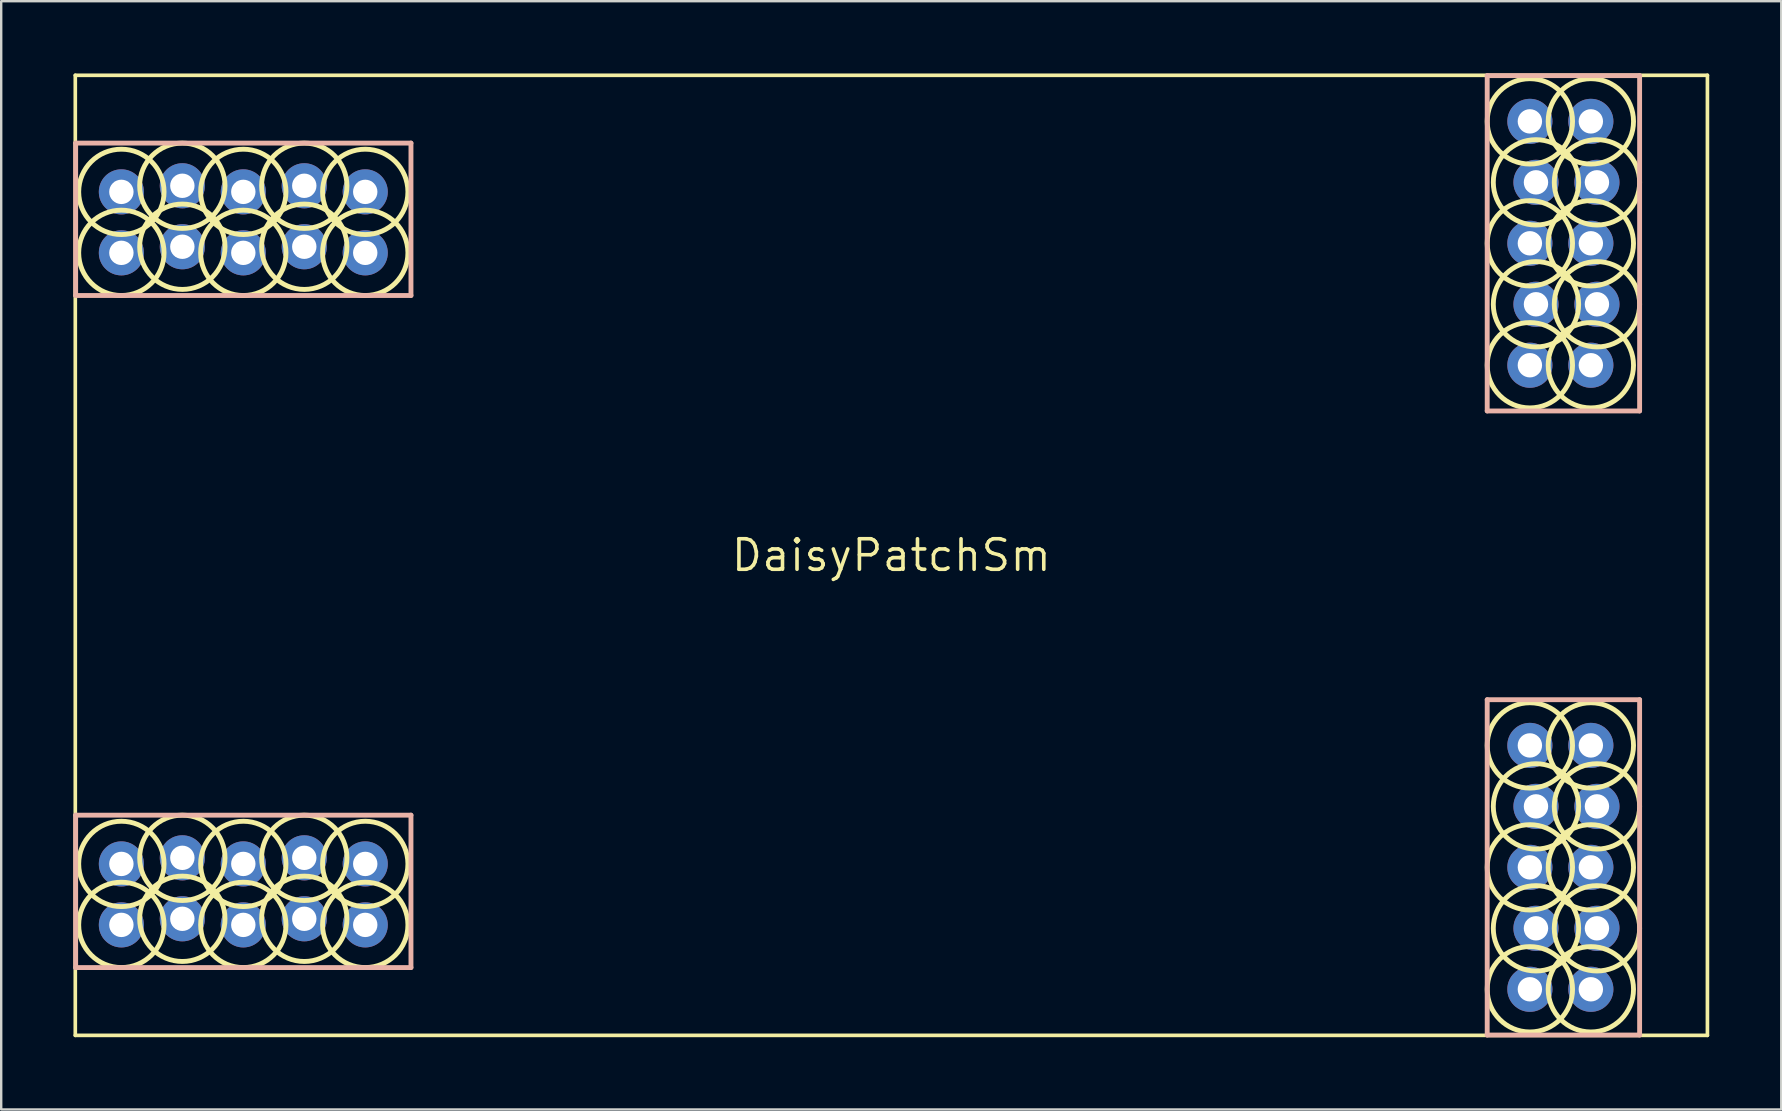
<source format=kicad_pcb>
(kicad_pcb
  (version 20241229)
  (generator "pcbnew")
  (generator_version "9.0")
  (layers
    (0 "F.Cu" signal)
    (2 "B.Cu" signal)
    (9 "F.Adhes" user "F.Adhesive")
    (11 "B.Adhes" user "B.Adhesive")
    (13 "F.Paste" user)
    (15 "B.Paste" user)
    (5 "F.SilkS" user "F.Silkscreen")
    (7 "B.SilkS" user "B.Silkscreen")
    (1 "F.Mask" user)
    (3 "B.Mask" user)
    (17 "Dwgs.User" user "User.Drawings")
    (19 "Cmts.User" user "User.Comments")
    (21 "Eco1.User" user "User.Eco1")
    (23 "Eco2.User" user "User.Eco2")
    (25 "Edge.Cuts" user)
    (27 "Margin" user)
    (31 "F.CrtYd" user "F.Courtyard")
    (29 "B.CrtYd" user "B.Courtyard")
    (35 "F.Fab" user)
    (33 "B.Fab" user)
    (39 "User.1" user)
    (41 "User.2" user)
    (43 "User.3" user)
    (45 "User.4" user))
  (footprint "DaisyPatchSm"
    (layer "F.Cu")
    (at 34.087 20.087)
    (property "Reference" "DaisyPatchSm" (at 0 0 0) (layer "F.SilkS") (effects (font (size 1.27 1.27) (thickness 0.15))))
    (attr through_hole)
    (fp_line (start -34 -20) (end 34 -20) (stroke (width 0.152) (type solid)) (layer "F.SilkS"))
    (fp_line (start -34 20) (end -34 -20) (stroke (width 0.152) (type solid)) (layer "F.SilkS"))
    (fp_line (start -34 20) (end 34 20) (stroke (width 0.152) (type solid)) (layer "F.SilkS"))
    (fp_line (start 34 20) (end 34 -20) (stroke (width 0.152) (type solid)) (layer "F.SilkS"))
    (fp_circle (center -32.08 -15.143) (end -30.302 -15.143) (stroke (width 0.203) (type solid)) (fill no) (layer "F.SilkS"))
    (fp_circle (center -32.08 -12.603) (end -30.302 -12.603) (stroke (width 0.203) (type solid)) (fill no) (layer "F.SilkS"))
    (fp_circle (center -32.08 12.857) (end -30.302 12.857) (stroke (width 0.203) (type solid)) (fill no) (layer "F.SilkS"))
    (fp_circle (center -32.08 15.397) (end -30.302 15.397) (stroke (width 0.203) (type solid)) (fill no) (layer "F.SilkS"))
    (fp_circle (center -29.54 -15.397) (end -27.762 -15.397) (stroke (width 0.203) (type solid)) (fill no) (layer "F.SilkS"))
    (fp_circle (center -29.54 -12.857) (end -27.762 -12.857) (stroke (width 0.203) (type solid)) (fill no) (layer "F.SilkS"))
    (fp_circle (center -29.54 12.603) (end -27.762 12.603) (stroke (width 0.203) (type solid)) (fill no) (layer "F.SilkS"))
    (fp_circle (center -29.54 15.143) (end -27.762 15.143) (stroke (width 0.203) (type solid)) (fill no) (layer "F.SilkS"))
    (fp_circle (center -27 -15.143) (end -25.222 -15.143) (stroke (width 0.203) (type solid)) (fill no) (layer "F.SilkS"))
    (fp_circle (center -27 -12.603) (end -25.222 -12.603) (stroke (width 0.203) (type solid)) (fill no) (layer "F.SilkS"))
    (fp_circle (center -27 12.857) (end -25.222 12.857) (stroke (width 0.203) (type solid)) (fill no) (layer "F.SilkS"))
    (fp_circle (center -27 15.397) (end -25.222 15.397) (stroke (width 0.203) (type solid)) (fill no) (layer "F.SilkS"))
    (fp_circle (center -24.46 -15.397) (end -22.682 -15.397) (stroke (width 0.203) (type solid)) (fill no) (layer "F.SilkS"))
    (fp_circle (center -24.46 -12.857) (end -22.682 -12.857) (stroke (width 0.203) (type solid)) (fill no) (layer "F.SilkS"))
    (fp_circle (center -24.46 12.603) (end -22.682 12.603) (stroke (width 0.203) (type solid)) (fill no) (layer "F.SilkS"))
    (fp_circle (center -24.46 15.143) (end -22.682 15.143) (stroke (width 0.203) (type solid)) (fill no) (layer "F.SilkS"))
    (fp_circle (center -21.92 -15.143) (end -20.142 -15.143) (stroke (width 0.203) (type solid)) (fill no) (layer "F.SilkS"))
    (fp_circle (center -21.92 -12.603) (end -20.142 -12.603) (stroke (width 0.203) (type solid)) (fill no) (layer "F.SilkS"))
    (fp_circle (center -21.92 12.857) (end -20.142 12.857) (stroke (width 0.203) (type solid)) (fill no) (layer "F.SilkS"))
    (fp_circle (center -21.92 15.397) (end -20.142 15.397) (stroke (width 0.203) (type solid)) (fill no) (layer "F.SilkS"))
    (fp_circle (center 26.603 -18.08) (end 28.381 -18.08) (stroke (width 0.203) (type solid)) (fill no) (layer "F.SilkS"))
    (fp_circle (center 26.603 -13) (end 28.381 -13) (stroke (width 0.203) (type solid)) (fill no) (layer "F.SilkS"))
    (fp_circle (center 26.603 -7.92) (end 28.381 -7.92) (stroke (width 0.203) (type solid)) (fill no) (layer "F.SilkS"))
    (fp_circle (center 26.603 7.92) (end 28.381 7.92) (stroke (width 0.203) (type solid)) (fill no) (layer "F.SilkS"))
    (fp_circle (center 26.603 13) (end 28.381 13) (stroke (width 0.203) (type solid)) (fill no) (layer "F.SilkS"))
    (fp_circle (center 26.603 18.08) (end 28.381 18.08) (stroke (width 0.203) (type solid)) (fill no) (layer "F.SilkS"))
    (fp_circle (center 26.857 -15.54) (end 28.635 -15.54) (stroke (width 0.203) (type solid)) (fill no) (layer "F.SilkS"))
    (fp_circle (center 26.857 -10.46) (end 28.635 -10.46) (stroke (width 0.203) (type solid)) (fill no) (layer "F.SilkS"))
    (fp_circle (center 26.857 10.46) (end 28.635 10.46) (stroke (width 0.203) (type solid)) (fill no) (layer "F.SilkS"))
    (fp_circle (center 26.857 15.54) (end 28.635 15.54) (stroke (width 0.203) (type solid)) (fill no) (layer "F.SilkS"))
    (fp_circle (center 29.143 -18.08) (end 30.921 -18.08) (stroke (width 0.203) (type solid)) (fill no) (layer "F.SilkS"))
    (fp_circle (center 29.143 -13) (end 30.921 -13) (stroke (width 0.203) (type solid)) (fill no) (layer "F.SilkS"))
    (fp_circle (center 29.143 -7.92) (end 30.921 -7.92) (stroke (width 0.203) (type solid)) (fill no) (layer "F.SilkS"))
    (fp_circle (center 29.143 7.92) (end 30.921 7.92) (stroke (width 0.203) (type solid)) (fill no) (layer "F.SilkS"))
    (fp_circle (center 29.143 13) (end 30.921 13) (stroke (width 0.203) (type solid)) (fill no) (layer "F.SilkS"))
    (fp_circle (center 29.143 18.08) (end 30.921 18.08) (stroke (width 0.203) (type solid)) (fill no) (layer "F.SilkS"))
    (fp_circle (center 29.397 -15.54) (end 31.175 -15.54) (stroke (width 0.203) (type solid)) (fill no) (layer "F.SilkS"))
    (fp_circle (center 29.397 -10.46) (end 31.175 -10.46) (stroke (width 0.203) (type solid)) (fill no) (layer "F.SilkS"))
    (fp_circle (center 29.397 10.46) (end 31.175 10.46) (stroke (width 0.203) (type solid)) (fill no) (layer "F.SilkS"))
    (fp_circle (center 29.397 15.54) (end 31.175 15.54) (stroke (width 0.203) (type solid)) (fill no) (layer "F.SilkS"))
    (fp_line (start -33.985 -17.175) (end -20.015 -17.175) (stroke (width 0.203) (type solid)) (layer "B.SilkS"))
    (fp_line (start -33.985 -10.825) (end -33.985 -17.175) (stroke (width 0.203) (type solid)) (layer "B.SilkS"))
    (fp_line (start -33.985 10.825) (end -20.015 10.825) (stroke (width 0.203) (type solid)) (layer "B.SilkS"))
    (fp_line (start -33.985 17.175) (end -33.985 10.825) (stroke (width 0.203) (type solid)) (layer "B.SilkS"))
    (fp_line (start -20.015 -17.175) (end -20.015 -10.825) (stroke (width 0.203) (type solid)) (layer "B.SilkS"))
    (fp_line (start -20.015 -10.825) (end -33.985 -10.825) (stroke (width 0.203) (type solid)) (layer "B.SilkS"))
    (fp_line (start -20.015 10.825) (end -20.015 17.175) (stroke (width 0.203) (type solid)) (layer "B.SilkS"))
    (fp_line (start -20.015 17.175) (end -33.985 17.175) (stroke (width 0.203) (type solid)) (layer "B.SilkS"))
    (fp_line (start 24.825 -19.985) (end 31.175 -19.985) (stroke (width 0.203) (type solid)) (layer "B.SilkS"))
    (fp_line (start 24.825 -6.015) (end 24.825 -19.985) (stroke (width 0.203) (type solid)) (layer "B.SilkS"))
    (fp_line (start 24.825 6.015) (end 31.175 6.015) (stroke (width 0.203) (type solid)) (layer "B.SilkS"))
    (fp_line (start 24.825 19.985) (end 24.825 6.015) (stroke (width 0.203) (type solid)) (layer "B.SilkS"))
    (fp_line (start 31.175 -19.985) (end 31.175 -6.015) (stroke (width 0.203) (type solid)) (layer "B.SilkS"))
    (fp_line (start 31.175 -6.015) (end 24.825 -6.015) (stroke (width 0.203) (type solid)) (layer "B.SilkS"))
    (fp_line (start 31.175 6.015) (end 31.175 19.985) (stroke (width 0.203) (type solid)) (layer "B.SilkS"))
    (fp_line (start 31.175 19.985) (end 24.825 19.985) (stroke (width 0.203) (type solid)) (layer "B.SilkS"))
    (fp_poly (pts (xy -31.826 -15.016) (xy -31.826 -15.524) (xy -32.334 -15.524) (xy -32.334 -15.016)) (stroke (width 0.1) (type solid)) (fill no) (layer "F.Fab"))
    (fp_poly (pts (xy -31.826 -12.476) (xy -31.826 -12.984) (xy -32.334 -12.984) (xy -32.334 -12.476)) (stroke (width 0.1) (type solid)) (fill no) (layer "F.Fab"))
    (fp_poly (pts (xy -31.826 12.984) (xy -31.826 12.476) (xy -32.334 12.476) (xy -32.334 12.984)) (stroke (width 0.1) (type solid)) (fill no) (layer "F.Fab"))
    (fp_poly (pts (xy -31.826 15.524) (xy -31.826 15.016) (xy -32.334 15.016) (xy -32.334 15.524)) (stroke (width 0.1) (type solid)) (fill no) (layer "F.Fab"))
    (fp_poly (pts (xy -29.286 -15.016) (xy -29.286 -15.524) (xy -29.794 -15.524) (xy -29.794 -15.016)) (stroke (width 0.1) (type solid)) (fill no) (layer "F.Fab"))
    (fp_poly (pts (xy -29.286 -12.476) (xy -29.286 -12.984) (xy -29.794 -12.984) (xy -29.794 -12.476)) (stroke (width 0.1) (type solid)) (fill no) (layer "F.Fab"))
    (fp_poly (pts (xy -29.286 12.984) (xy -29.286 12.476) (xy -29.794 12.476) (xy -29.794 12.984)) (stroke (width 0.1) (type solid)) (fill no) (layer "F.Fab"))
    (fp_poly (pts (xy -29.286 15.524) (xy -29.286 15.016) (xy -29.794 15.016) (xy -29.794 15.524)) (stroke (width 0.1) (type solid)) (fill no) (layer "F.Fab"))
    (fp_poly (pts (xy -26.746 -15.016) (xy -26.746 -15.524) (xy -27.254 -15.524) (xy -27.254 -15.016)) (stroke (width 0.1) (type solid)) (fill no) (layer "F.Fab"))
    (fp_poly (pts (xy -26.746 -12.476) (xy -26.746 -12.984) (xy -27.254 -12.984) (xy -27.254 -12.476)) (stroke (width 0.1) (type solid)) (fill no) (layer "F.Fab"))
    (fp_poly (pts (xy -26.746 12.984) (xy -26.746 12.476) (xy -27.254 12.476) (xy -27.254 12.984)) (stroke (width 0.1) (type solid)) (fill no) (layer "F.Fab"))
    (fp_poly (pts (xy -26.746 15.524) (xy -26.746 15.016) (xy -27.254 15.016) (xy -27.254 15.524)) (stroke (width 0.1) (type solid)) (fill no) (layer "F.Fab"))
    (fp_poly (pts (xy -24.206 -15.016) (xy -24.206 -15.524) (xy -24.714 -15.524) (xy -24.714 -15.016)) (stroke (width 0.1) (type solid)) (fill no) (layer "F.Fab"))
    (fp_poly (pts (xy -24.206 -12.476) (xy -24.206 -12.984) (xy -24.714 -12.984) (xy -24.714 -12.476)) (stroke (width 0.1) (type solid)) (fill no) (layer "F.Fab"))
    (fp_poly (pts (xy -24.206 12.984) (xy -24.206 12.476) (xy -24.714 12.476) (xy -24.714 12.984)) (stroke (width 0.1) (type solid)) (fill no) (layer "F.Fab"))
    (fp_poly (pts (xy -24.206 15.524) (xy -24.206 15.016) (xy -24.714 15.016) (xy -24.714 15.524)) (stroke (width 0.1) (type solid)) (fill no) (layer "F.Fab"))
    (fp_poly (pts (xy -21.666 -15.016) (xy -21.666 -15.524) (xy -22.174 -15.524) (xy -22.174 -15.016)) (stroke (width 0.1) (type solid)) (fill no) (layer "F.Fab"))
    (fp_poly (pts (xy -21.666 -12.476) (xy -21.666 -12.984) (xy -22.174 -12.984) (xy -22.174 -12.476)) (stroke (width 0.1) (type solid)) (fill no) (layer "F.Fab"))
    (fp_poly (pts (xy -21.666 12.984) (xy -21.666 12.476) (xy -22.174 12.476) (xy -22.174 12.984)) (stroke (width 0.1) (type solid)) (fill no) (layer "F.Fab"))
    (fp_poly (pts (xy -21.666 15.524) (xy -21.666 15.016) (xy -22.174 15.016) (xy -22.174 15.524)) (stroke (width 0.1) (type solid)) (fill no) (layer "F.Fab"))
    (fp_poly (pts (xy 26.476 -17.826) (xy 26.984 -17.826) (xy 26.984 -18.334) (xy 26.476 -18.334)) (stroke (width 0.1) (type solid)) (fill no) (layer "F.Fab"))
    (fp_poly (pts (xy 26.476 -15.286) (xy 26.984 -15.286) (xy 26.984 -15.794) (xy 26.476 -15.794)) (stroke (width 0.1) (type solid)) (fill no) (layer "F.Fab"))
    (fp_poly (pts (xy 26.476 -12.746) (xy 26.984 -12.746) (xy 26.984 -13.254) (xy 26.476 -13.254)) (stroke (width 0.1) (type solid)) (fill no) (layer "F.Fab"))
    (fp_poly (pts (xy 26.476 -10.206) (xy 26.984 -10.206) (xy 26.984 -10.714) (xy 26.476 -10.714)) (stroke (width 0.1) (type solid)) (fill no) (layer "F.Fab"))
    (fp_poly (pts (xy 26.476 -7.666) (xy 26.984 -7.666) (xy 26.984 -8.174) (xy 26.476 -8.174)) (stroke (width 0.1) (type solid)) (fill no) (layer "F.Fab"))
    (fp_poly (pts (xy 26.476 8.174) (xy 26.984 8.174) (xy 26.984 7.666) (xy 26.476 7.666)) (stroke (width 0.1) (type solid)) (fill no) (layer "F.Fab"))
    (fp_poly (pts (xy 26.476 10.714) (xy 26.984 10.714) (xy 26.984 10.206) (xy 26.476 10.206)) (stroke (width 0.1) (type solid)) (fill no) (layer "F.Fab"))
    (fp_poly (pts (xy 26.476 13.254) (xy 26.984 13.254) (xy 26.984 12.746) (xy 26.476 12.746)) (stroke (width 0.1) (type solid)) (fill no) (layer "F.Fab"))
    (fp_poly (pts (xy 26.476 15.794) (xy 26.984 15.794) (xy 26.984 15.286) (xy 26.476 15.286)) (stroke (width 0.1) (type solid)) (fill no) (layer "F.Fab"))
    (fp_poly (pts (xy 26.476 18.334) (xy 26.984 18.334) (xy 26.984 17.826) (xy 26.476 17.826)) (stroke (width 0.1) (type solid)) (fill no) (layer "F.Fab"))
    (fp_poly (pts (xy 29.016 -17.826) (xy 29.524 -17.826) (xy 29.524 -18.334) (xy 29.016 -18.334)) (stroke (width 0.1) (type solid)) (fill no) (layer "F.Fab"))
    (fp_poly (pts (xy 29.016 -15.286) (xy 29.524 -15.286) (xy 29.524 -15.794) (xy 29.016 -15.794)) (stroke (width 0.1) (type solid)) (fill no) (layer "F.Fab"))
    (fp_poly (pts (xy 29.016 -12.746) (xy 29.524 -12.746) (xy 29.524 -13.254) (xy 29.016 -13.254)) (stroke (width 0.1) (type solid)) (fill no) (layer "F.Fab"))
    (fp_poly (pts (xy 29.016 -10.206) (xy 29.524 -10.206) (xy 29.524 -10.714) (xy 29.016 -10.714)) (stroke (width 0.1) (type solid)) (fill no) (layer "F.Fab"))
    (fp_poly (pts (xy 29.016 -7.666) (xy 29.524 -7.666) (xy 29.524 -8.174) (xy 29.016 -8.174)) (stroke (width 0.1) (type solid)) (fill no) (layer "F.Fab"))
    (fp_poly (pts (xy 29.016 8.174) (xy 29.524 8.174) (xy 29.524 7.666) (xy 29.016 7.666)) (stroke (width 0.1) (type solid)) (fill no) (layer "F.Fab"))
    (fp_poly (pts (xy 29.016 10.714) (xy 29.524 10.714) (xy 29.524 10.206) (xy 29.016 10.206)) (stroke (width 0.1) (type solid)) (fill no) (layer "F.Fab"))
    (fp_poly (pts (xy 29.016 13.254) (xy 29.524 13.254) (xy 29.524 12.746) (xy 29.016 12.746)) (stroke (width 0.1) (type solid)) (fill no) (layer "F.Fab"))
    (fp_poly (pts (xy 29.016 15.794) (xy 29.524 15.794) (xy 29.524 15.286) (xy 29.016 15.286)) (stroke (width 0.1) (type solid)) (fill no) (layer "F.Fab"))
    (fp_poly (pts (xy 29.016 18.334) (xy 29.524 18.334) (xy 29.524 17.826) (xy 29.016 17.826)) (stroke (width 0.1) (type solid)) (fill no) (layer "F.Fab"))
    (pad "A1" thru_hole circle (at -32.08 15.397 270) (size 1.88 1.88) (drill 1.016) (layers "*.Cu" "*.Mask"))
    (pad "A2" thru_hole circle (at -29.54 15.143 270) (size 1.88 1.88) (drill 1.016) (layers "*.Cu" "*.Mask"))
    (pad "A3" thru_hole circle (at -27 15.397 270) (size 1.88 1.88) (drill 1.016) (layers "*.Cu" "*.Mask"))
    (pad "A4" thru_hole circle (at -24.46 15.143 270) (size 1.88 1.88) (drill 1.016) (layers "*.Cu" "*.Mask"))
    (pad "A5" thru_hole circle (at -21.92 15.397 270) (size 1.88 1.88) (drill 1.016) (layers "*.Cu" "*.Mask"))
    (pad "A6" thru_hole circle (at -21.92 12.857 270) (size 1.88 1.88) (drill 1.016) (layers "*.Cu" "*.Mask"))
    (pad "A7" thru_hole circle (at -24.46 12.603 270) (size 1.88 1.88) (drill 1.016) (layers "*.Cu" "*.Mask"))
    (pad "A8" thru_hole circle (at -27 12.857 270) (size 1.88 1.88) (drill 1.016) (layers "*.Cu" "*.Mask"))
    (pad "A9" thru_hole circle (at -29.54 12.603 270) (size 1.88 1.88) (drill 1.016) (layers "*.Cu" "*.Mask"))
    (pad "A10" thru_hole circle (at -32.08 12.857 270) (size 1.88 1.88) (drill 1.016) (layers "*.Cu" "*.Mask"))
    (pad "B1" thru_hole circle (at 29.143 18.08 180) (size 1.88 1.88) (drill 1.016) (layers "*.Cu" "*.Mask"))
    (pad "B2" thru_hole circle (at 29.397 15.54 180) (size 1.88 1.88) (drill 1.016) (layers "*.Cu" "*.Mask"))
    (pad "B3" thru_hole circle (at 29.143 13 180) (size 1.88 1.88) (drill 1.016) (layers "*.Cu" "*.Mask"))
    (pad "B4" thru_hole circle (at 29.397 10.46 180) (size 1.88 1.88) (drill 1.016) (layers "*.Cu" "*.Mask"))
    (pad "B5" thru_hole circle (at 29.143 7.92 180) (size 1.88 1.88) (drill 1.016) (layers "*.Cu" "*.Mask"))
    (pad "B6" thru_hole circle (at 26.603 7.92 180) (size 1.88 1.88) (drill 1.016) (layers "*.Cu" "*.Mask"))
    (pad "B7" thru_hole circle (at 26.857 10.46 180) (size 1.88 1.88) (drill 1.016) (layers "*.Cu" "*.Mask"))
    (pad "B8" thru_hole circle (at 26.603 13 180) (size 1.88 1.88) (drill 1.016) (layers "*.Cu" "*.Mask"))
    (pad "B9" thru_hole circle (at 26.857 15.54 180) (size 1.88 1.88) (drill 1.016) (layers "*.Cu" "*.Mask"))
    (pad "B10" thru_hole circle (at 26.603 18.08 180) (size 1.88 1.88) (drill 1.016) (layers "*.Cu" "*.Mask"))
    (pad "C1" thru_hole circle (at 29.143 -7.92 180) (size 1.88 1.88) (drill 1.016) (layers "*.Cu" "*.Mask"))
    (pad "C2" thru_hole circle (at 29.397 -10.46 180) (size 1.88 1.88) (drill 1.016) (layers "*.Cu" "*.Mask"))
    (pad "C3" thru_hole circle (at 29.143 -13 180) (size 1.88 1.88) (drill 1.016) (layers "*.Cu" "*.Mask"))
    (pad "C4" thru_hole circle (at 29.397 -15.54 180) (size 1.88 1.88) (drill 1.016) (layers "*.Cu" "*.Mask"))
    (pad "C5" thru_hole circle (at 29.143 -18.08 180) (size 1.88 1.88) (drill 1.016) (layers "*.Cu" "*.Mask"))
    (pad "C6" thru_hole circle (at 26.603 -18.08 180) (size 1.88 1.88) (drill 1.016) (layers "*.Cu" "*.Mask"))
    (pad "C7" thru_hole circle (at 26.857 -15.54 180) (size 1.88 1.88) (drill 1.016) (layers "*.Cu" "*.Mask"))
    (pad "C8" thru_hole circle (at 26.603 -13 180) (size 1.88 1.88) (drill 1.016) (layers "*.Cu" "*.Mask"))
    (pad "C9" thru_hole circle (at 26.857 -10.46 180) (size 1.88 1.88) (drill 1.016) (layers "*.Cu" "*.Mask"))
    (pad "C10" thru_hole circle (at 26.603 -7.92 180) (size 1.88 1.88) (drill 1.016) (layers "*.Cu" "*.Mask"))
    (pad "D1" thru_hole circle (at -32.08 -12.603 270) (size 1.88 1.88) (drill 1.016) (layers "*.Cu" "*.Mask"))
    (pad "D2" thru_hole circle (at -29.54 -12.857 270) (size 1.88 1.88) (drill 1.016) (layers "*.Cu" "*.Mask"))
    (pad "D3" thru_hole circle (at -27 -12.603 270) (size 1.88 1.88) (drill 1.016) (layers "*.Cu" "*.Mask"))
    (pad "D4" thru_hole circle (at -24.46 -12.857 270) (size 1.88 1.88) (drill 1.016) (layers "*.Cu" "*.Mask"))
    (pad "D5" thru_hole circle (at -21.92 -12.603 270) (size 1.88 1.88) (drill 1.016) (layers "*.Cu" "*.Mask"))
    (pad "D6" thru_hole circle (at -21.92 -15.143 270) (size 1.88 1.88) (drill 1.016) (layers "*.Cu" "*.Mask"))
    (pad "D7" thru_hole circle (at -24.46 -15.397 270) (size 1.88 1.88) (drill 1.016) (layers "*.Cu" "*.Mask"))
    (pad "D8" thru_hole circle (at -27 -15.143 270) (size 1.88 1.88) (drill 1.016) (layers "*.Cu" "*.Mask"))
    (pad "D9" thru_hole circle (at -29.54 -15.397 270) (size 1.88 1.88) (drill 1.016) (layers "*.Cu" "*.Mask"))
    (pad "D10" thru_hole circle (at -32.08 -15.143 270) (size 1.88 1.88) (drill 1.016) (layers "*.Cu" "*.Mask")))
  (gr_rect
    (start -3 -3)
    (end 71.163 43.173)
    (stroke (width 0.1) (type default))
    (fill no)
    (layer "Edge.Cuts")))
</source>
